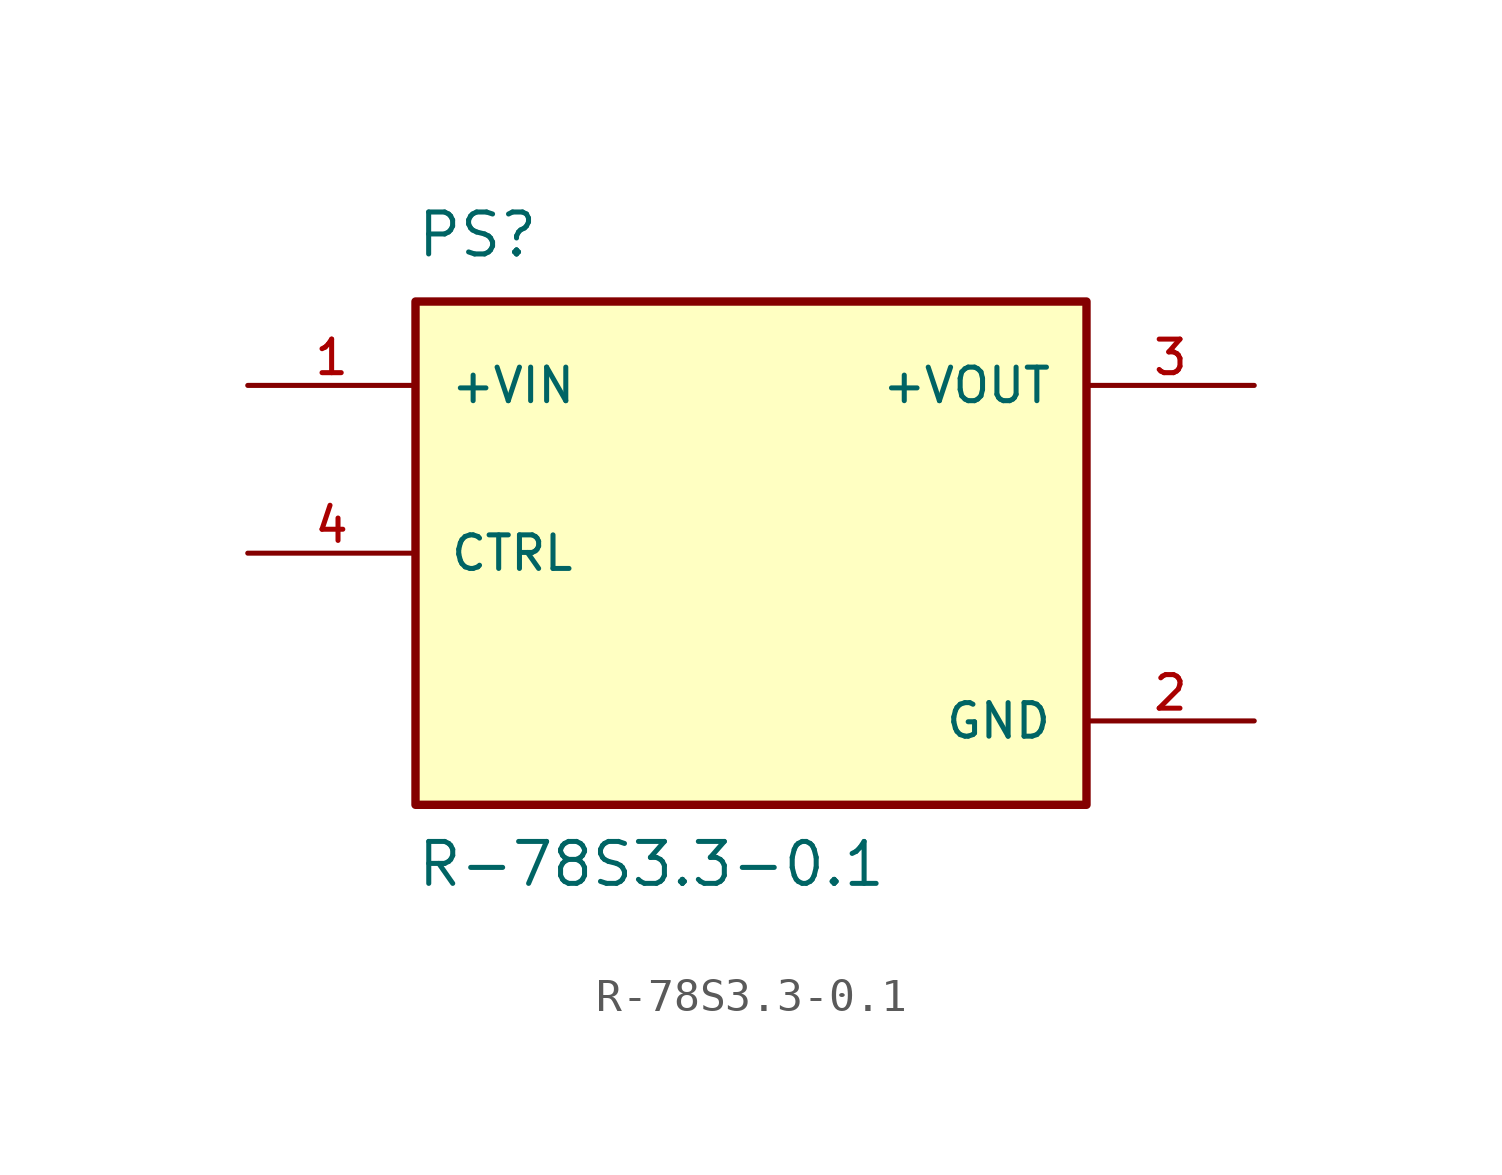
<source format=kicad_sym>
(kicad_symbol_lib
  (version 20211014)
  (generator kicad_symbol_editor)
  (symbol "R-78S3.3-0.1"
    (pin_names
      (offset 1.016))
    (property "Reference" "PS"
      (at -10.164 8.898 0)
      (effects (font (size 1.27 1.27)) (justify bottom left)))
    (property "Value" "R-78S3.3-0.1"
      (at -10.161 -10.163 0)
      (effects (font (size 1.27 1.27)) (justify bottom left)))
    (symbol "R-78S3.3-0.1_0_0"
      (rectangle (start -10.16 -7.62) (end 10.16 7.62) (stroke (width 0.254)) (fill (type background)))
      (pin input line (at -15.24 5.08 0) (length 5.08) (name "+VIN" (effects (font (size 1.016 1.016)))) (number "1" (effects (font (size 1.016 1.016)))))
      (pin output line (at 15.24 5.08 180.0) (length 5.08) (name "+VOUT" (effects (font (size 1.016 1.016)))) (number "3" (effects (font (size 1.016 1.016)))))
      (pin power_in line (at 15.24 -5.08 180.0) (length 5.08) (name "GND" (effects (font (size 1.016 1.016)))) (number "2" (effects (font (size 1.016 1.016)))))
      (pin input line (at -15.24 0.0 0) (length 5.08) (name "CTRL" (effects (font (size 1.016 1.016)))) (number "4" (effects (font (size 1.016 1.016))))))))
</source>
